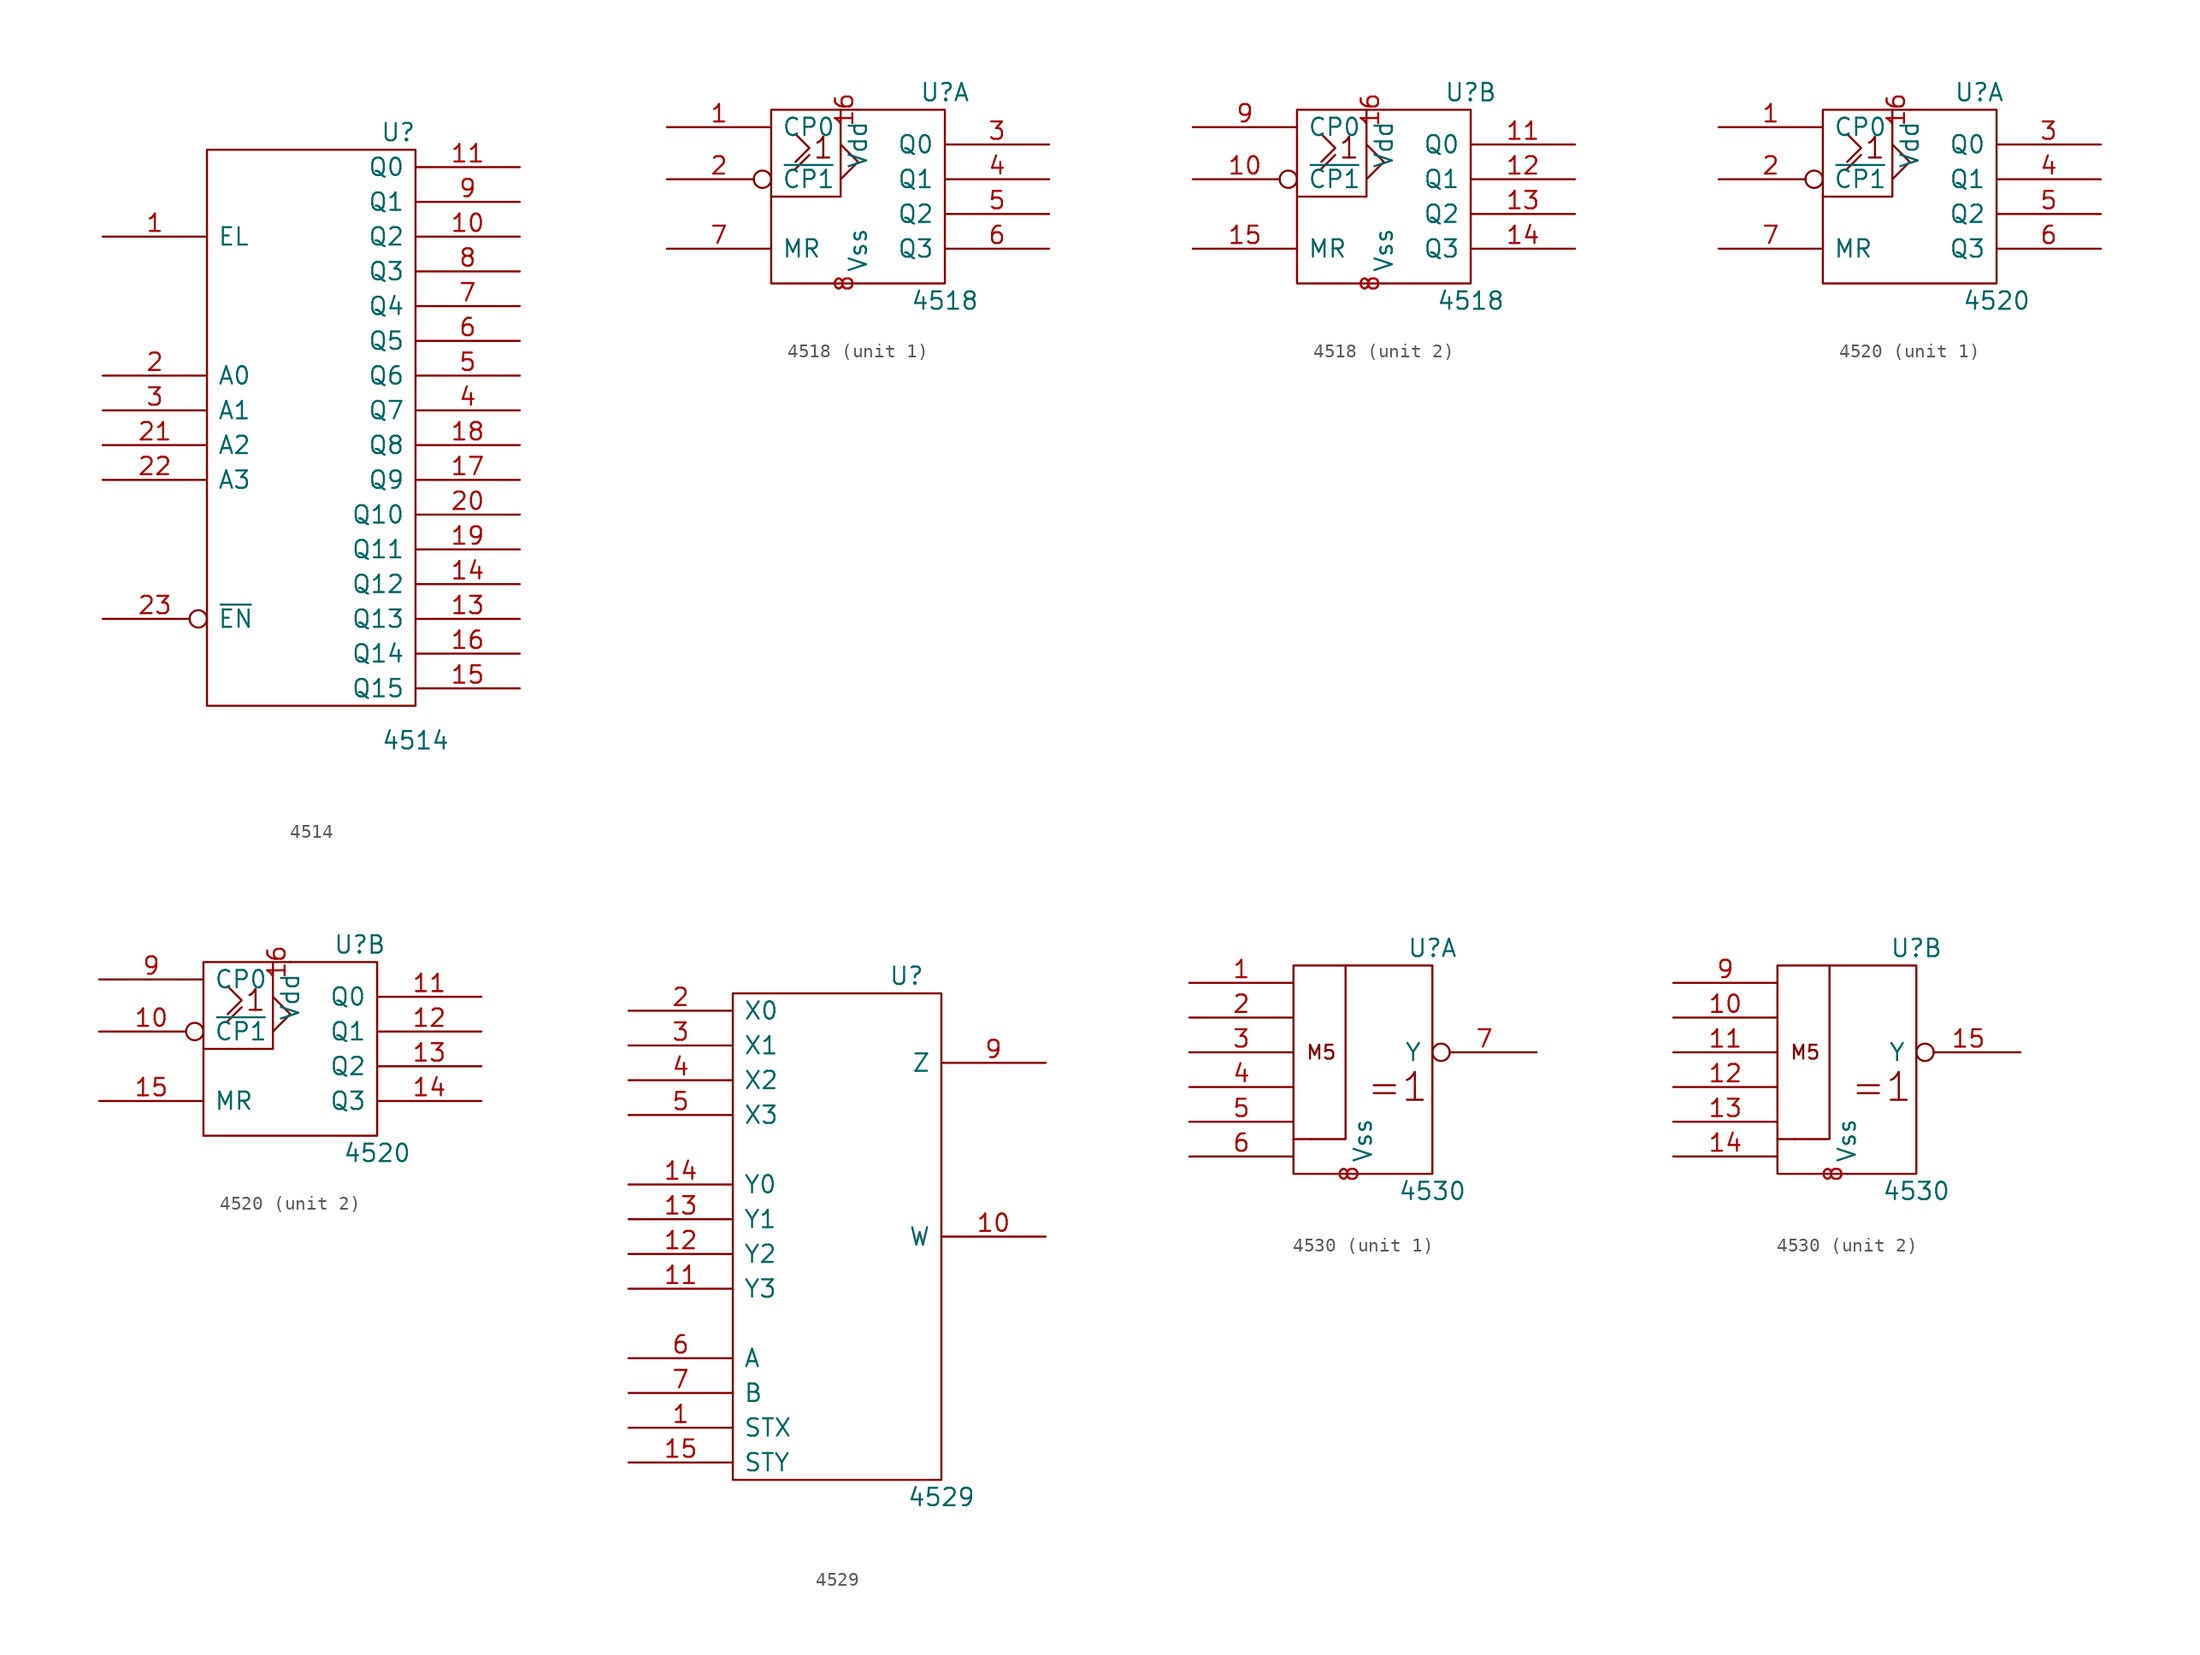
<source format=kicad_sym>
(kicad_symbol_lib
  (version 20211014)
  (generator kicad_symbol_editor)
  (symbol "4514"
    (pin_names
      (offset 0.762))
    (property "Reference" "U"
      (at 6.35 21.59 0)
      (effects (font (size 1.27 1.27))))
    (property "Value" "4514"
      (at 7.62 -22.86 0)
      (effects (font (size 1.27 1.27))))
    (symbol "4514_0_1"
      (rectangle (start 7.62 20.32) (end -7.62 -20.32) (stroke (width 0) (type default) (color 0 0 0 0)) (fill (type none))))
    (symbol "4514_1_1"
      (pin input line (at -15.24 13.97 0) (length 7.62) (name "EL" (effects (font (size 1.27 1.27)))) (number "1" (effects (font (size 1.27 1.27)))))
      (pin output line (at 15.24 13.97 180) (length 7.62) (name "Q2" (effects (font (size 1.27 1.27)))) (number "10" (effects (font (size 1.27 1.27)))))
      (pin output line (at 15.24 19.05 180) (length 7.62) (name "Q0" (effects (font (size 1.27 1.27)))) (number "11" (effects (font (size 1.27 1.27)))))
      (pin power_in line (at 0 -20.32 90) (length 0) hide (name "Vss" (effects (font (size 1.27 1.27)))) (number "12" (effects (font (size 1.27 1.27)))))
      (pin output line (at 15.24 -13.97 180) (length 7.62) (name "Q13" (effects (font (size 1.27 1.27)))) (number "13" (effects (font (size 1.27 1.27)))))
      (pin output line (at 15.24 -11.43 180) (length 7.62) (name "Q12" (effects (font (size 1.27 1.27)))) (number "14" (effects (font (size 1.27 1.27)))))
      (pin output line (at 15.24 -19.05 180) (length 7.62) (name "Q15" (effects (font (size 1.27 1.27)))) (number "15" (effects (font (size 1.27 1.27)))))
      (pin output line (at 15.24 -16.51 180) (length 7.62) (name "Q14" (effects (font (size 1.27 1.27)))) (number "16" (effects (font (size 1.27 1.27)))))
      (pin output line (at 15.24 -3.81 180) (length 7.62) (name "Q9" (effects (font (size 1.27 1.27)))) (number "17" (effects (font (size 1.27 1.27)))))
      (pin output line (at 15.24 -1.27 180) (length 7.62) (name "Q8" (effects (font (size 1.27 1.27)))) (number "18" (effects (font (size 1.27 1.27)))))
      (pin output line (at 15.24 -8.89 180) (length 7.62) (name "Q11" (effects (font (size 1.27 1.27)))) (number "19" (effects (font (size 1.27 1.27)))))
      (pin input line (at -15.24 3.81 0) (length 7.62) (name "A0" (effects (font (size 1.27 1.27)))) (number "2" (effects (font (size 1.27 1.27)))))
      (pin output line (at 15.24 -6.35 180) (length 7.62) (name "Q10" (effects (font (size 1.27 1.27)))) (number "20" (effects (font (size 1.27 1.27)))))
      (pin input line (at -15.24 -1.27 0) (length 7.62) (name "A2" (effects (font (size 1.27 1.27)))) (number "21" (effects (font (size 1.27 1.27)))))
      (pin input line (at -15.24 -3.81 0) (length 7.62) (name "A3" (effects (font (size 1.27 1.27)))) (number "22" (effects (font (size 1.27 1.27)))))
      (pin input inverted (at -15.24 -13.97 0) (length 7.62) (name "~{EN}" (effects (font (size 1.27 1.27)))) (number "23" (effects (font (size 1.27 1.27)))))
      (pin power_in line (at 0 20.32 270) (length 0) hide (name "Vdd" (effects (font (size 1.27 1.27)))) (number "24" (effects (font (size 1.27 1.27)))))
      (pin input line (at -15.24 1.27 0) (length 7.62) (name "A1" (effects (font (size 1.27 1.27)))) (number "3" (effects (font (size 1.27 1.27)))))
      (pin output line (at 15.24 1.27 180) (length 7.62) (name "Q7" (effects (font (size 1.27 1.27)))) (number "4" (effects (font (size 1.27 1.27)))))
      (pin output line (at 15.24 3.81 180) (length 7.62) (name "Q6" (effects (font (size 1.27 1.27)))) (number "5" (effects (font (size 1.27 1.27)))))
      (pin output line (at 15.24 6.35 180) (length 7.62) (name "Q5" (effects (font (size 1.27 1.27)))) (number "6" (effects (font (size 1.27 1.27)))))
      (pin output line (at 15.24 8.89 180) (length 7.62) (name "Q4" (effects (font (size 1.27 1.27)))) (number "7" (effects (font (size 1.27 1.27)))))
      (pin output line (at 15.24 11.43 180) (length 7.62) (name "Q3" (effects (font (size 1.27 1.27)))) (number "8" (effects (font (size 1.27 1.27)))))
      (pin output line (at 15.24 16.51 180) (length 7.62) (name "Q1" (effects (font (size 1.27 1.27)))) (number "9" (effects (font (size 1.27 1.27)))))))
  (symbol "4518"
    (pin_names
      (offset 0.762))
    (property "Reference" "U"
      (at 6.35 7.62 0)
      (effects (font (size 1.27 1.27))))
    (property "Value" "4518"
      (at 6.35 -7.62 0)
      (effects (font (size 1.27 1.27))))
    (symbol "4518_0_0"
      (text "1" (at -2.54 3.556 0) (effects (font (size 1.524 1.524)))))
    (symbol "4518_0_1"
      (polyline (pts (xy -4.572 2.032) (xy -3.556 3.048) (xy -3.556 3.048)) (stroke (width 0) (type default) (color 0 0 0 0)) (fill (type none)))
      (polyline (pts (xy -4.572 4.572) (xy -3.556 3.556) (xy -4.572 2.54) (xy -4.572 2.54)) (stroke (width 0) (type default) (color 0 0 0 0)) (fill (type none)))
      (polyline (pts (xy -1.27 3.81) (xy 0 2.54) (xy -1.27 1.27) (xy -1.27 1.27)) (stroke (width 0) (type default) (color 0 0 0 0)) (fill (type none)))
      (polyline (pts (xy -1.27 6.35) (xy -1.27 0) (xy -6.35 0) (xy -6.35 0)) (stroke (width 0) (type default) (color 0 0 0 0)) (fill (type none)))
      (rectangle (start 6.35 6.35) (end -6.35 -6.35) (stroke (width 0) (type default) (color 0 0 0 0)) (fill (type none)))
      (pin power_in line (at 0 6.35 270) (length 0) (name "Vdd" (effects (font (size 1.27 1.27)))) (number "16" (effects (font (size 1.27 1.27)))))
      (pin power_in line (at 0 -6.35 90) (length 0) (name "Vss" (effects (font (size 1.27 1.27)))) (number "8" (effects (font (size 1.27 1.27))))))
    (symbol "4518_1_1"
      (pin input line (at -13.97 5.08 0) (length 7.62) (name "CP0" (effects (font (size 1.27 1.27)))) (number "1" (effects (font (size 1.27 1.27)))))
      (pin input inverted (at -13.97 1.27 0) (length 7.62) (name "~{CP1}" (effects (font (size 1.27 1.27)))) (number "2" (effects (font (size 1.27 1.27)))))
      (pin output line (at 13.97 3.81 180) (length 7.62) (name "Q0" (effects (font (size 1.27 1.27)))) (number "3" (effects (font (size 1.27 1.27)))))
      (pin output line (at 13.97 1.27 180) (length 7.62) (name "Q1" (effects (font (size 1.27 1.27)))) (number "4" (effects (font (size 1.27 1.27)))))
      (pin output line (at 13.97 -1.27 180) (length 7.62) (name "Q2" (effects (font (size 1.27 1.27)))) (number "5" (effects (font (size 1.27 1.27)))))
      (pin output line (at 13.97 -3.81 180) (length 7.62) (name "Q3" (effects (font (size 1.27 1.27)))) (number "6" (effects (font (size 1.27 1.27)))))
      (pin input line (at -13.97 -3.81 0) (length 7.62) (name "MR" (effects (font (size 1.27 1.27)))) (number "7" (effects (font (size 1.27 1.27))))))
    (symbol "4518_2_1"
      (pin input inverted (at -13.97 1.27 0) (length 7.62) (name "~{CP1}" (effects (font (size 1.27 1.27)))) (number "10" (effects (font (size 1.27 1.27)))))
      (pin output line (at 13.97 3.81 180) (length 7.62) (name "Q0" (effects (font (size 1.27 1.27)))) (number "11" (effects (font (size 1.27 1.27)))))
      (pin output line (at 13.97 1.27 180) (length 7.62) (name "Q1" (effects (font (size 1.27 1.27)))) (number "12" (effects (font (size 1.27 1.27)))))
      (pin output line (at 13.97 -1.27 180) (length 7.62) (name "Q2" (effects (font (size 1.27 1.27)))) (number "13" (effects (font (size 1.27 1.27)))))
      (pin output line (at 13.97 -3.81 180) (length 7.62) (name "Q3" (effects (font (size 1.27 1.27)))) (number "14" (effects (font (size 1.27 1.27)))))
      (pin input line (at -13.97 -3.81 0) (length 7.62) (name "MR" (effects (font (size 1.27 1.27)))) (number "15" (effects (font (size 1.27 1.27)))))
      (pin input line (at -13.97 5.08 0) (length 7.62) (name "CP0" (effects (font (size 1.27 1.27)))) (number "9" (effects (font (size 1.27 1.27)))))))
  (symbol "4520"
    (pin_names
      (offset 0.762))
    (property "Reference" "U"
      (at 5.08 7.62 0)
      (effects (font (size 1.27 1.27))))
    (property "Value" "4520"
      (at 6.35 -7.62 0)
      (effects (font (size 1.27 1.27))))
    (symbol "4520_0_0"
      (text "1" (at -2.54 3.556 0) (effects (font (size 1.524 1.524)))))
    (symbol "4520_0_1"
      (polyline (pts (xy -4.572 2.032) (xy -3.556 3.048) (xy -3.556 3.048)) (stroke (width 0) (type default) (color 0 0 0 0)) (fill (type none)))
      (polyline (pts (xy -4.572 4.572) (xy -3.556 3.556) (xy -4.572 2.54) (xy -4.572 2.54)) (stroke (width 0) (type default) (color 0 0 0 0)) (fill (type none)))
      (polyline (pts (xy -1.27 3.81) (xy 0 2.54) (xy -1.27 1.27) (xy -1.27 1.27)) (stroke (width 0) (type default) (color 0 0 0 0)) (fill (type none)))
      (polyline (pts (xy -1.27 6.35) (xy -1.27 0) (xy -6.35 0) (xy -6.35 0)) (stroke (width 0) (type default) (color 0 0 0 0)) (fill (type none)))
      (rectangle (start 6.35 6.35) (end -6.35 -6.35) (stroke (width 0) (type default) (color 0 0 0 0)) (fill (type none)))
      (pin power_in line (at 0 6.35 270) (length 0) (name "Vdd" (effects (font (size 1.27 1.27)))) (number "16" (effects (font (size 1.27 1.27)))))
      (pin power_in line (at 0 -6.35 90) (length 0) hide (name "Vss" (effects (font (size 1.27 1.27)))) (number "8" (effects (font (size 1.27 1.27))))))
    (symbol "4520_1_1"
      (pin input line (at -13.97 5.08 0) (length 7.62) (name "CP0" (effects (font (size 1.27 1.27)))) (number "1" (effects (font (size 1.27 1.27)))))
      (pin input inverted (at -13.97 1.27 0) (length 7.62) (name "~{CP1}" (effects (font (size 1.27 1.27)))) (number "2" (effects (font (size 1.27 1.27)))))
      (pin output line (at 13.97 3.81 180) (length 7.62) (name "Q0" (effects (font (size 1.27 1.27)))) (number "3" (effects (font (size 1.27 1.27)))))
      (pin output line (at 13.97 1.27 180) (length 7.62) (name "Q1" (effects (font (size 1.27 1.27)))) (number "4" (effects (font (size 1.27 1.27)))))
      (pin output line (at 13.97 -1.27 180) (length 7.62) (name "Q2" (effects (font (size 1.27 1.27)))) (number "5" (effects (font (size 1.27 1.27)))))
      (pin output line (at 13.97 -3.81 180) (length 7.62) (name "Q3" (effects (font (size 1.27 1.27)))) (number "6" (effects (font (size 1.27 1.27)))))
      (pin input line (at -13.97 -3.81 0) (length 7.62) (name "MR" (effects (font (size 1.27 1.27)))) (number "7" (effects (font (size 1.27 1.27))))))
    (symbol "4520_2_1"
      (pin input inverted (at -13.97 1.27 0) (length 7.62) (name "~{CP1}" (effects (font (size 1.27 1.27)))) (number "10" (effects (font (size 1.27 1.27)))))
      (pin output line (at 13.97 3.81 180) (length 7.62) (name "Q0" (effects (font (size 1.27 1.27)))) (number "11" (effects (font (size 1.27 1.27)))))
      (pin output line (at 13.97 1.27 180) (length 7.62) (name "Q1" (effects (font (size 1.27 1.27)))) (number "12" (effects (font (size 1.27 1.27)))))
      (pin output line (at 13.97 -1.27 180) (length 7.62) (name "Q2" (effects (font (size 1.27 1.27)))) (number "13" (effects (font (size 1.27 1.27)))))
      (pin output line (at 13.97 -3.81 180) (length 7.62) (name "Q3" (effects (font (size 1.27 1.27)))) (number "14" (effects (font (size 1.27 1.27)))))
      (pin input line (at -13.97 -3.81 0) (length 7.62) (name "MR" (effects (font (size 1.27 1.27)))) (number "15" (effects (font (size 1.27 1.27)))))
      (pin input line (at -13.97 5.08 0) (length 7.62) (name "CP0" (effects (font (size 1.27 1.27)))) (number "9" (effects (font (size 1.27 1.27)))))))
  (symbol "4529"
    (pin_names
      (offset 0.762))
    (property "Reference" "U"
      (at 5.08 19.05 0)
      (effects (font (size 1.27 1.27))))
    (property "Value" "4529"
      (at 7.62 -19.05 0)
      (effects (font (size 1.27 1.27))))
    (symbol "4529_0_1"
      (rectangle (start -7.62 17.78) (end 7.62 -17.78) (stroke (width 0) (type default) (color 0 0 0 0)) (fill (type none))))
    (symbol "4529_1_1"
      (pin input line (at -15.24 -13.97 0) (length 7.62) (name "STX" (effects (font (size 1.27 1.27)))) (number "1" (effects (font (size 1.27 1.27)))))
      (pin tri_state line (at 15.24 0 180) (length 7.62) (name "W" (effects (font (size 1.27 1.27)))) (number "10" (effects (font (size 1.27 1.27)))))
      (pin input line (at -15.24 -3.81 0) (length 7.62) (name "Y3" (effects (font (size 1.27 1.27)))) (number "11" (effects (font (size 1.27 1.27)))))
      (pin input line (at -15.24 -1.27 0) (length 7.62) (name "Y2" (effects (font (size 1.27 1.27)))) (number "12" (effects (font (size 1.27 1.27)))))
      (pin input line (at -15.24 1.27 0) (length 7.62) (name "Y1" (effects (font (size 1.27 1.27)))) (number "13" (effects (font (size 1.27 1.27)))))
      (pin input line (at -15.24 3.81 0) (length 7.62) (name "Y0" (effects (font (size 1.27 1.27)))) (number "14" (effects (font (size 1.27 1.27)))))
      (pin input line (at -15.24 -16.51 0) (length 7.62) (name "STY" (effects (font (size 1.27 1.27)))) (number "15" (effects (font (size 1.27 1.27)))))
      (pin power_in line (at 0 17.78 270) (length 0) hide (name "VDD" (effects (font (size 1.27 1.27)))) (number "16" (effects (font (size 1.27 1.27)))))
      (pin input line (at -15.24 16.51 0) (length 7.62) (name "X0" (effects (font (size 1.27 1.27)))) (number "2" (effects (font (size 1.27 1.27)))))
      (pin input line (at -15.24 13.97 0) (length 7.62) (name "X1" (effects (font (size 1.27 1.27)))) (number "3" (effects (font (size 1.27 1.27)))))
      (pin input line (at -15.24 11.43 0) (length 7.62) (name "X2" (effects (font (size 1.27 1.27)))) (number "4" (effects (font (size 1.27 1.27)))))
      (pin input line (at -15.24 8.89 0) (length 7.62) (name "X3" (effects (font (size 1.27 1.27)))) (number "5" (effects (font (size 1.27 1.27)))))
      (pin input line (at -15.24 -8.89 0) (length 7.62) (name "A" (effects (font (size 1.27 1.27)))) (number "6" (effects (font (size 1.27 1.27)))))
      (pin input line (at -15.24 -11.43 0) (length 7.62) (name "B" (effects (font (size 1.27 1.27)))) (number "7" (effects (font (size 1.27 1.27)))))
      (pin power_in line (at 0 -17.78 90) (length 0) hide (name "VSS" (effects (font (size 1.27 1.27)))) (number "8" (effects (font (size 1.27 1.27)))))
      (pin tri_state line (at 15.24 12.7 180) (length 7.62) (name "Z" (effects (font (size 1.27 1.27)))) (number "9" (effects (font (size 1.27 1.27)))))))
  (symbol "4530"
    (pin_names
      (offset 0.762))
    (property "Reference" "U"
      (at 5.08 7.62 0)
      (effects (font (size 1.27 1.27))))
    (property "Value" "4530"
      (at 5.08 -10.16 0)
      (effects (font (size 1.27 1.27))))
    (symbol "4530_0_0"
      (polyline (pts (xy -3.81 -6.35) (xy -5.08 -6.35) (xy -5.08 -6.35)) (stroke (width 0) (type default) (color 0 0 0 0)) (fill (type none)))
      (text "=1" (at 2.54 -2.54 0) (effects (font (size 2.032 2.032))))
      (text "M5" (at -3.048 0 0) (effects (font (size 1.016 1.016))))
      (pin power_in line (at 0 6.35 270) (length 0) hide (name "Vdd" (effects (font (size 1.27 1.27)))) (number "16" (effects (font (size 1.27 1.27)))))
      (pin power_in line (at 0 -8.89 90) (length 0) (name "Vss" (effects (font (size 1.27 1.27)))) (number "8" (effects (font (size 1.27 1.27))))))
    (symbol "4530_0_1"
      (rectangle (start -5.08 6.35) (end 5.08 -8.89) (stroke (width 0) (type default) (color 0 0 0 0)) (fill (type none)))
      (polyline (pts (xy -1.27 6.35) (xy -1.27 -6.35) (xy -3.81 -6.35) (xy -3.81 -6.35)) (stroke (width 0) (type default) (color 0 0 0 0)) (fill (type none))))
    (symbol "4530_1_1"
      (pin input line (at -12.7 5.08 0) (length 7.62) (name "~" (effects (font (size 1.27 1.27)))) (number "1" (effects (font (size 1.27 1.27)))))
      (pin input line (at -12.7 2.54 0) (length 7.62) (name "~" (effects (font (size 1.27 1.27)))) (number "2" (effects (font (size 1.27 1.27)))))
      (pin input line (at -12.7 0 0) (length 7.62) (name "~" (effects (font (size 1.27 1.27)))) (number "3" (effects (font (size 1.27 1.27)))))
      (pin input line (at -12.7 -2.54 0) (length 7.62) (name "~" (effects (font (size 1.27 1.27)))) (number "4" (effects (font (size 1.27 1.27)))))
      (pin input line (at -12.7 -5.08 0) (length 7.62) (name "~" (effects (font (size 1.27 1.27)))) (number "5" (effects (font (size 1.27 1.27)))))
      (pin input line (at -12.7 -7.62 0) (length 7.62) (name "~" (effects (font (size 1.27 1.27)))) (number "6" (effects (font (size 1.27 1.27)))))
      (pin output inverted (at 12.7 0 180) (length 7.62) (name "Y" (effects (font (size 1.27 1.27)))) (number "7" (effects (font (size 1.27 1.27))))))
    (symbol "4530_2_1"
      (pin input line (at -12.7 2.54 0) (length 7.62) (name "~" (effects (font (size 1.27 1.27)))) (number "10" (effects (font (size 1.27 1.27)))))
      (pin input line (at -12.7 0 0) (length 7.62) (name "~" (effects (font (size 1.27 1.27)))) (number "11" (effects (font (size 1.27 1.27)))))
      (pin input line (at -12.7 -2.54 0) (length 7.62) (name "~" (effects (font (size 1.27 1.27)))) (number "12" (effects (font (size 1.27 1.27)))))
      (pin input line (at -12.7 -5.08 0) (length 7.62) (name "~" (effects (font (size 1.27 1.27)))) (number "13" (effects (font (size 1.27 1.27)))))
      (pin input line (at -12.7 -7.62 0) (length 7.62) (name "~" (effects (font (size 1.27 1.27)))) (number "14" (effects (font (size 1.27 1.27)))))
      (pin output inverted (at 12.7 0 180) (length 7.62) (name "Y" (effects (font (size 1.27 1.27)))) (number "15" (effects (font (size 1.27 1.27)))))
      (pin input line (at -12.7 5.08 0) (length 7.62) (name "~" (effects (font (size 1.27 1.27)))) (number "9" (effects (font (size 1.27 1.27))))))))
</source>
